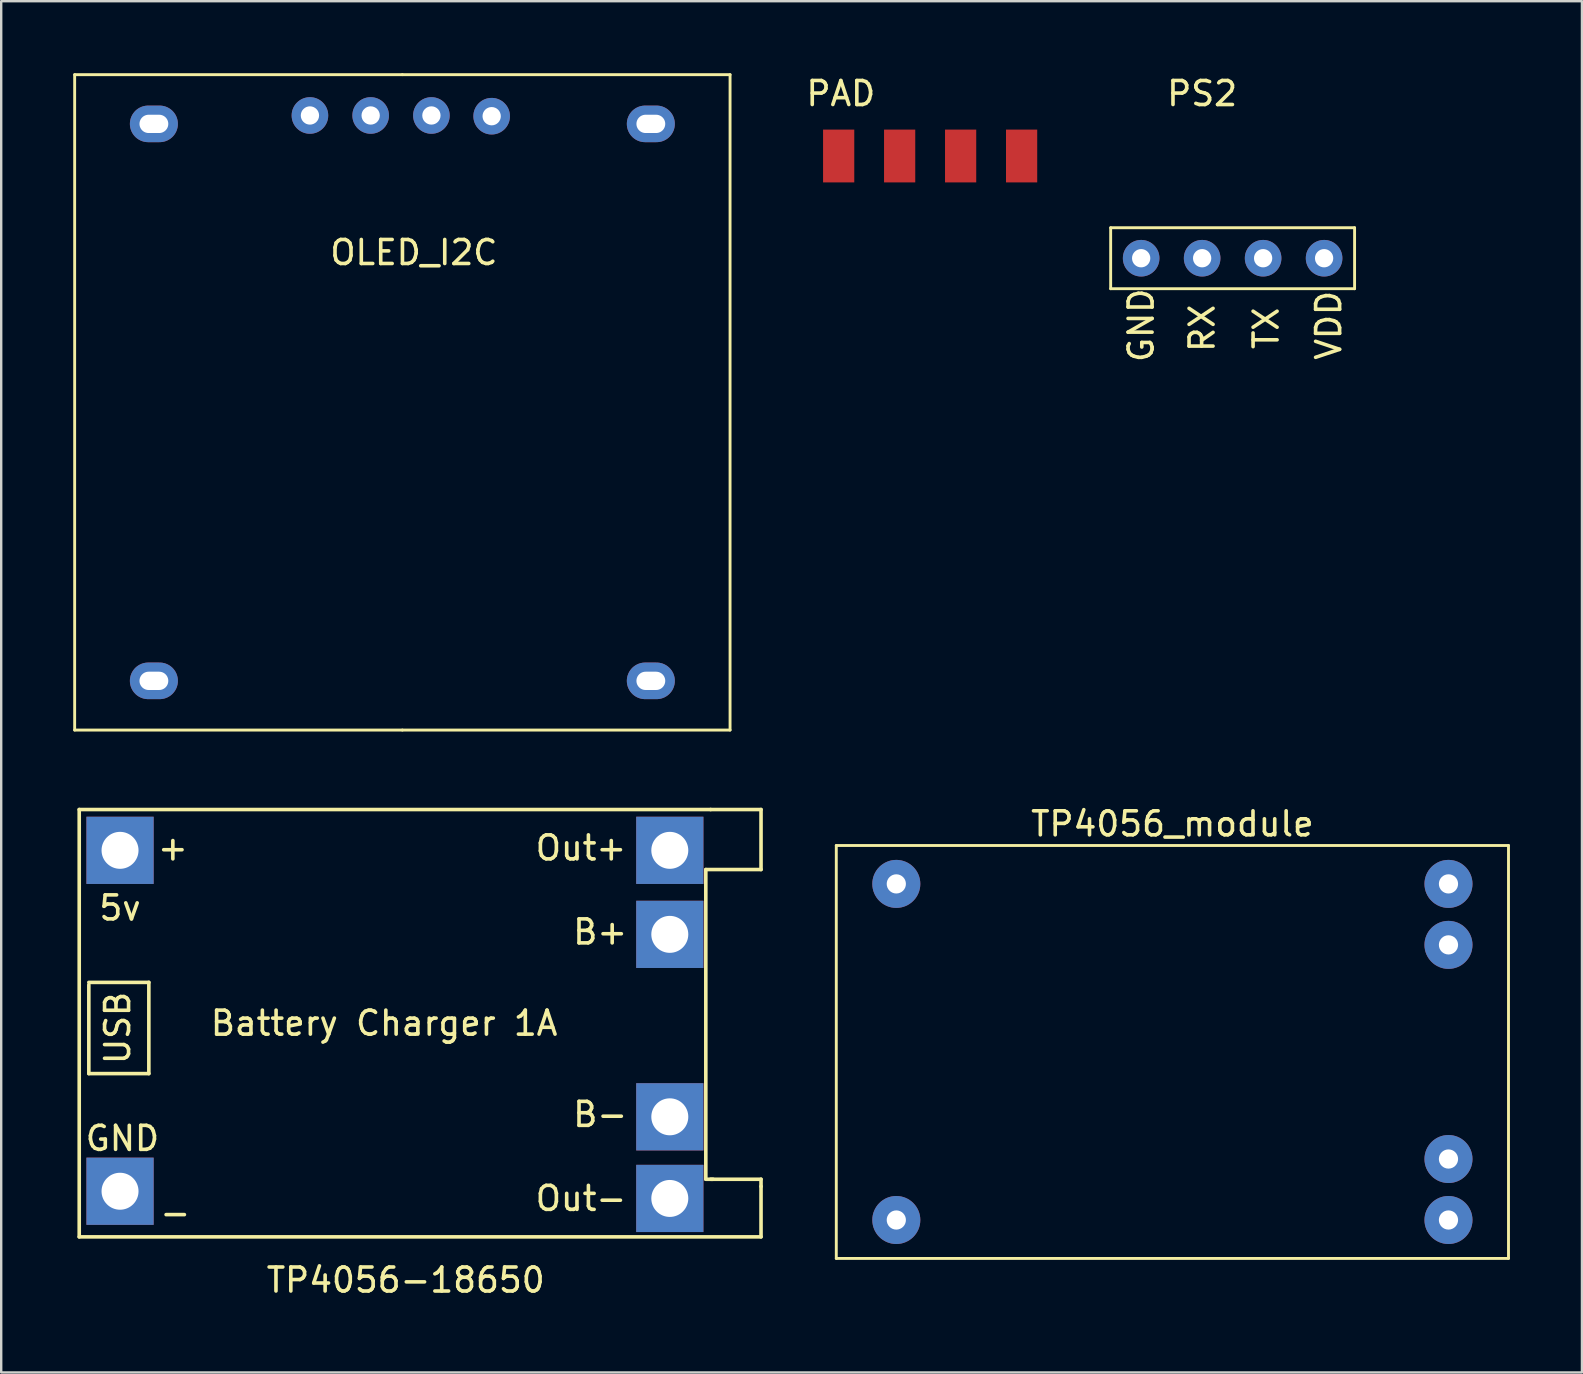
<source format=kicad_pcb>
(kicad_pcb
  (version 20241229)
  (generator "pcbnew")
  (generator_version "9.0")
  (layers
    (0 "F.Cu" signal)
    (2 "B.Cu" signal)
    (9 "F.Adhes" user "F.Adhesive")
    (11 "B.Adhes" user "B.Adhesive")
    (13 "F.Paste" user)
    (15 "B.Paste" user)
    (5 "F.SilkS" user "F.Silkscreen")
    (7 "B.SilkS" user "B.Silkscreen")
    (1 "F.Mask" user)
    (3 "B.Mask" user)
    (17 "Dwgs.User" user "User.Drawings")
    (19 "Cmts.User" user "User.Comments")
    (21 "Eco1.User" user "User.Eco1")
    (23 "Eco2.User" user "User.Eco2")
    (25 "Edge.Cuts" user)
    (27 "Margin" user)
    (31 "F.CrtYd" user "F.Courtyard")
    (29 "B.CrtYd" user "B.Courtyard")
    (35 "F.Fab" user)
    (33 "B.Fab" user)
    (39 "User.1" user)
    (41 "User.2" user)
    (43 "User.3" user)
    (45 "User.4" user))
  (footprint "PS2"
    (layer "F.Cu")
    (at 47.024 7.706)
    (property "Reference" "PS2" (at 0 -6.858 0) (layer "F.SilkS") (effects (font (size 1 1) (thickness 0.15))))
    (attr through_hole)
    (fp_line (start -3.81 -1.27) (end -3.81 1.27) (stroke (width 0.12) (type solid)) (layer "F.SilkS"))
    (fp_line (start -3.81 1.27) (end 6.35 1.27) (stroke (width 0.12) (type solid)) (layer "F.SilkS"))
    (fp_line (start 6.35 -1.27) (end -3.81 -1.27) (stroke (width 0.12) (type solid)) (layer "F.SilkS"))
    (fp_line (start 6.35 1.27) (end 6.35 -1.27) (stroke (width 0.12) (type solid)) (layer "F.SilkS"))
    (fp_text user "RX" (at 0 2.921 90) (layer "F.SilkS") (effects (font (size 1 1) (thickness 0.15))))
    (fp_text user "TX" (at 2.667 2.921 90) (layer "F.SilkS") (effects (font (size 1 1) (thickness 0.15))))
    (fp_text user "GND" (at -2.54 2.794 90) (layer "F.SilkS") (effects (font (size 1 1) (thickness 0.15))))
    (fp_text user "VDD" (at 5.271 2.794 90) (layer "F.SilkS") (effects (font (size 1 1) (thickness 0.15))))
    (pad "1" thru_hole circle (at -2.54 0) (size 1.524 1.524) (drill 0.762) (layers "*.Cu" "*.Mask"))
    (pad "2" thru_hole circle (at 0 0) (size 1.524 1.524) (drill 0.762) (layers "*.Cu" "*.Mask"))
    (pad "3" thru_hole circle (at 2.54 0) (size 1.524 1.524) (drill 0.762) (layers "*.Cu" "*.Mask"))
    (pad "4" thru_hole circle (at 5.08 0) (size 1.524 1.524) (drill 0.762) (layers "*.Cu" "*.Mask")))
  (footprint "TP4056-18650"
    (layer "F.Cu")
    (at 0.25 30.67)
    (property "Reference" "TP4056-18650" (at 13.6 19.6 0) (layer "F.SilkS") (effects (font (size 1 1) (thickness 0.15))))
    (attr through_hole)
    (fp_line (start 0 0) (end 26.3 0) (stroke (width 0.15) (type solid)) (layer "F.SilkS"))
    (fp_line (start 0 17.8) (end 0 0) (stroke (width 0.15) (type solid)) (layer "F.SilkS"))
    (fp_line (start 0.4 7.2) (end 2.9 7.2) (stroke (width 0.15) (type solid)) (layer "F.SilkS"))
    (fp_line (start 0.4 11) (end 0.4 7.3) (stroke (width 0.15) (type solid)) (layer "F.SilkS"))
    (fp_line (start 2.9 7.2) (end 2.9 11) (stroke (width 0.15) (type solid)) (layer "F.SilkS"))
    (fp_line (start 2.9 11) (end 0.4 11) (stroke (width 0.15) (type solid)) (layer "F.SilkS"))
    (fp_line (start 26.1 2.5) (end 26.1 15.4) (stroke (width 0.15) (type solid)) (layer "F.SilkS"))
    (fp_line (start 26.1 15.4) (end 26.4 15.4) (stroke (width 0.15) (type solid)) (layer "F.SilkS"))
    (fp_line (start 26.3 0) (end 28.4 0) (stroke (width 0.15) (type solid)) (layer "F.SilkS"))
    (fp_line (start 26.3 15.4) (end 28.4 15.4) (stroke (width 0.15) (type solid)) (layer "F.SilkS"))
    (fp_line (start 28.4 0) (end 28.4 2.5) (stroke (width 0.15) (type solid)) (layer "F.SilkS"))
    (fp_line (start 28.4 2.5) (end 26.1 2.5) (stroke (width 0.15) (type solid)) (layer "F.SilkS"))
    (fp_line (start 28.4 15.4) (end 28.4 15.7) (stroke (width 0.15) (type solid)) (layer "F.SilkS"))
    (fp_line (start 28.4 15.7) (end 28.4 17.8) (stroke (width 0.15) (type solid)) (layer "F.SilkS"))
    (fp_line (start 28.4 17.8) (end 0 17.8) (stroke (width 0.15) (type solid)) (layer "F.SilkS"))
    (fp_text user "GND" (at 1.8 13.7 0) (layer "F.SilkS") (effects (font (size 1 1) (thickness 0.15))))
    (fp_text user "Out+" (at 20.9 1.6 0) (layer "F.SilkS") (effects (font (size 1 1) (thickness 0.15))))
    (fp_text user "B+" (at 21.7 5.1 0) (layer "F.SilkS") (effects (font (size 1 1) (thickness 0.15))))
    (fp_text user "Out-" (at 20.9 16.2 0) (layer "F.SilkS") (effects (font (size 1 1) (thickness 0.15))))
    (fp_text user "USB" (at 1.6 9.1 90) (layer "F.SilkS") (effects (font (size 1 1) (thickness 0.15))))
    (fp_text user "Battery Charger 1A" (at 12.7 8.9 0) (layer "F.SilkS") (effects (font (size 1 1) (thickness 0.15))))
    (fp_text user "-" (at 4 16.8 0) (layer "F.SilkS") (effects (font (size 1 1) (thickness 0.15))))
    (fp_text user "5v" (at 1.7 4.1 0) (layer "F.SilkS") (effects (font (size 1 1) (thickness 0.15))))
    (fp_text user "B-" (at 21.7 12.7 0) (layer "F.SilkS") (effects (font (size 1 1) (thickness 0.15))))
    (fp_text user "+" (at 3.9 1.6 0) (layer "F.SilkS") (effects (font (size 1 1) (thickness 0.15))))
    (pad "1" thru_hole rect (at 1.7 1.7) (size 2.8 2.8) (drill 1.54) (layers "*.Cu" "*.Mask"))
    (pad "2" thru_hole rect (at 1.7 15.9) (size 2.8 2.8) (drill 1.54) (layers "*.Cu" "*.Mask"))
    (pad "3" thru_hole rect (at 24.6 1.7) (size 2.8 2.8) (drill 1.54) (layers "*.Cu" "*.Mask"))
    (pad "4" thru_hole rect (at 24.6 16.2) (size 2.8 2.8) (drill 1.54) (layers "*.Cu" "*.Mask"))
    (pad "5" thru_hole rect (at 24.6 5.2) (size 2.8 2.8) (drill 1.54) (layers "*.Cu" "*.Mask"))
    (pad "6" thru_hole rect (at 24.6 12.8) (size 2.8 2.8) (drill 1.54) (layers "*.Cu" "*.Mask")))
  (footprint "PAD"
    (layer "F.Cu")
    (at 31.884 3.448)
    (property "Reference" "PAD" (at 0.09 -2.6 0) (layer "F.SilkS") (effects (font (size 1 1) (thickness 0.15))))
    (attr through_hole)
    (pad "1" smd rect (at 0 0) (size 1.3 2.2) (layers "F.Cu" "F.Mask" "F.Paste"))
    (pad "2" smd rect (at 2.54 0) (size 1.3 2.2) (layers "F.Cu" "F.Mask" "F.Paste"))
    (pad "3" smd rect (at 5.08 0) (size 1.3 2.2) (layers "F.Cu" "F.Mask" "F.Paste"))
    (pad "4" smd rect (at 7.62 0) (size 1.3 2.2) (layers "F.Cu" "F.Mask" "F.Paste")))
  (footprint "TP4056_module"
    (layer "F.Cu")
    (at 45.785 40.768)
    (property "Reference" "TP4056_module" (at 0 -9.5 0) (layer "F.SilkS") (effects (font (size 1 1) (thickness 0.15))))
    (attr through_hole)
    (fp_line (start -14 -8.6) (end -14 8.6) (stroke (width 0.12) (type solid)) (layer "F.SilkS"))
    (fp_line (start -14 -8.6) (end 14 -8.6) (stroke (width 0.12) (type solid)) (layer "F.SilkS"))
    (fp_line (start -14 8.6) (end 14 8.6) (stroke (width 0.12) (type solid)) (layer "F.SilkS"))
    (fp_line (start 14 8.6) (end 14 -8.6) (stroke (width 0.12) (type solid)) (layer "F.SilkS"))
    (pad "1" thru_hole circle (at -11.5 7) (size 2 2) (drill 0.8) (layers "*.Cu" "*.Mask"))
    (pad "2" thru_hole circle (at -11.5 -7) (size 2 2) (drill 0.8) (layers "*.Cu" "*.Mask"))
    (pad "3" thru_hole circle (at 11.5 -7) (size 2 2) (drill 0.8) (layers "*.Cu" "*.Mask"))
    (pad "4" thru_hole circle (at 11.5 -4.46) (size 2 2) (drill 0.8) (layers "*.Cu" "*.Mask"))
    (pad "5" thru_hole circle (at 11.5 4.46) (size 2 2) (drill 0.8) (layers "*.Cu" "*.Mask"))
    (pad "6" thru_hole circle (at 11.5 7) (size 2 2) (drill 0.8) (layers "*.Cu" "*.Mask")))
  (footprint "OLED_I2C"
    (layer "F.Cu")
    (at 13.71 13.71)
    (property "Reference" "OLED_I2C" (at 0.48 -6.24 0) (layer "F.SilkS") (effects (font (size 1 1) (thickness 0.15))))
    (attr through_hole)
    (fp_line (start -13.65 -13.65) (end -13.65 13.65) (stroke (width 0.12) (type solid)) (layer "F.SilkS"))
    (fp_line (start 0 -13.65) (end -13.65 -13.65) (stroke (width 0.12) (type solid)) (layer "F.SilkS"))
    (fp_line (start 0 -13.65) (end 13.65 -13.65) (stroke (width 0.12) (type solid)) (layer "F.SilkS"))
    (fp_line (start 0 13.65) (end -13.65 13.65) (stroke (width 0.12) (type solid)) (layer "F.SilkS"))
    (fp_line (start 0 13.65) (end 13.65 13.65) (stroke (width 0.12) (type solid)) (layer "F.SilkS"))
    (fp_line (start 13.65 -13.65) (end 13.65 13.65) (stroke (width 0.12) (type solid)) (layer "F.SilkS"))
    (pad "" thru_hole oval (at -10.35 -11.6) (size 2 1.524) (drill oval 1.2 0.762) (layers "*.Cu" "*.Mask"))
    (pad "" thru_hole oval (at -10.35 11.6) (size 2 1.524) (drill oval 1.2 0.762) (layers "*.Cu" "*.Mask"))
    (pad "" thru_hole oval (at 10.35 -11.6) (size 2 1.524) (drill oval 1.2 0.762) (layers "*.Cu" "*.Mask"))
    (pad "" thru_hole oval (at 10.35 11.6) (size 2 1.524) (drill oval 1.2 0.762) (layers "*.Cu" "*.Mask"))
    (pad "1" thru_hole circle (at -3.85 -11.95) (size 1.524 1.524) (drill 0.762) (layers "*.Cu" "*.Mask"))
    (pad "1" thru_hole circle (at -1.32 -11.95) (size 1.524 1.524) (drill 0.762) (layers "*.Cu" "*.Mask"))
    (pad "1" thru_hole circle (at 1.21 -11.95) (size 1.524 1.524) (drill 0.762) (layers "*.Cu" "*.Mask"))
    (pad "1" thru_hole circle (at 3.72 -11.92) (size 1.524 1.524) (drill 0.762) (layers "*.Cu" "*.Mask")))
  (gr_rect
    (start -3 -3)
    (end 62.845 54.118)
    (stroke (width 0.1) (type default))
    (fill no)
    (layer "Edge.Cuts")))
</source>
